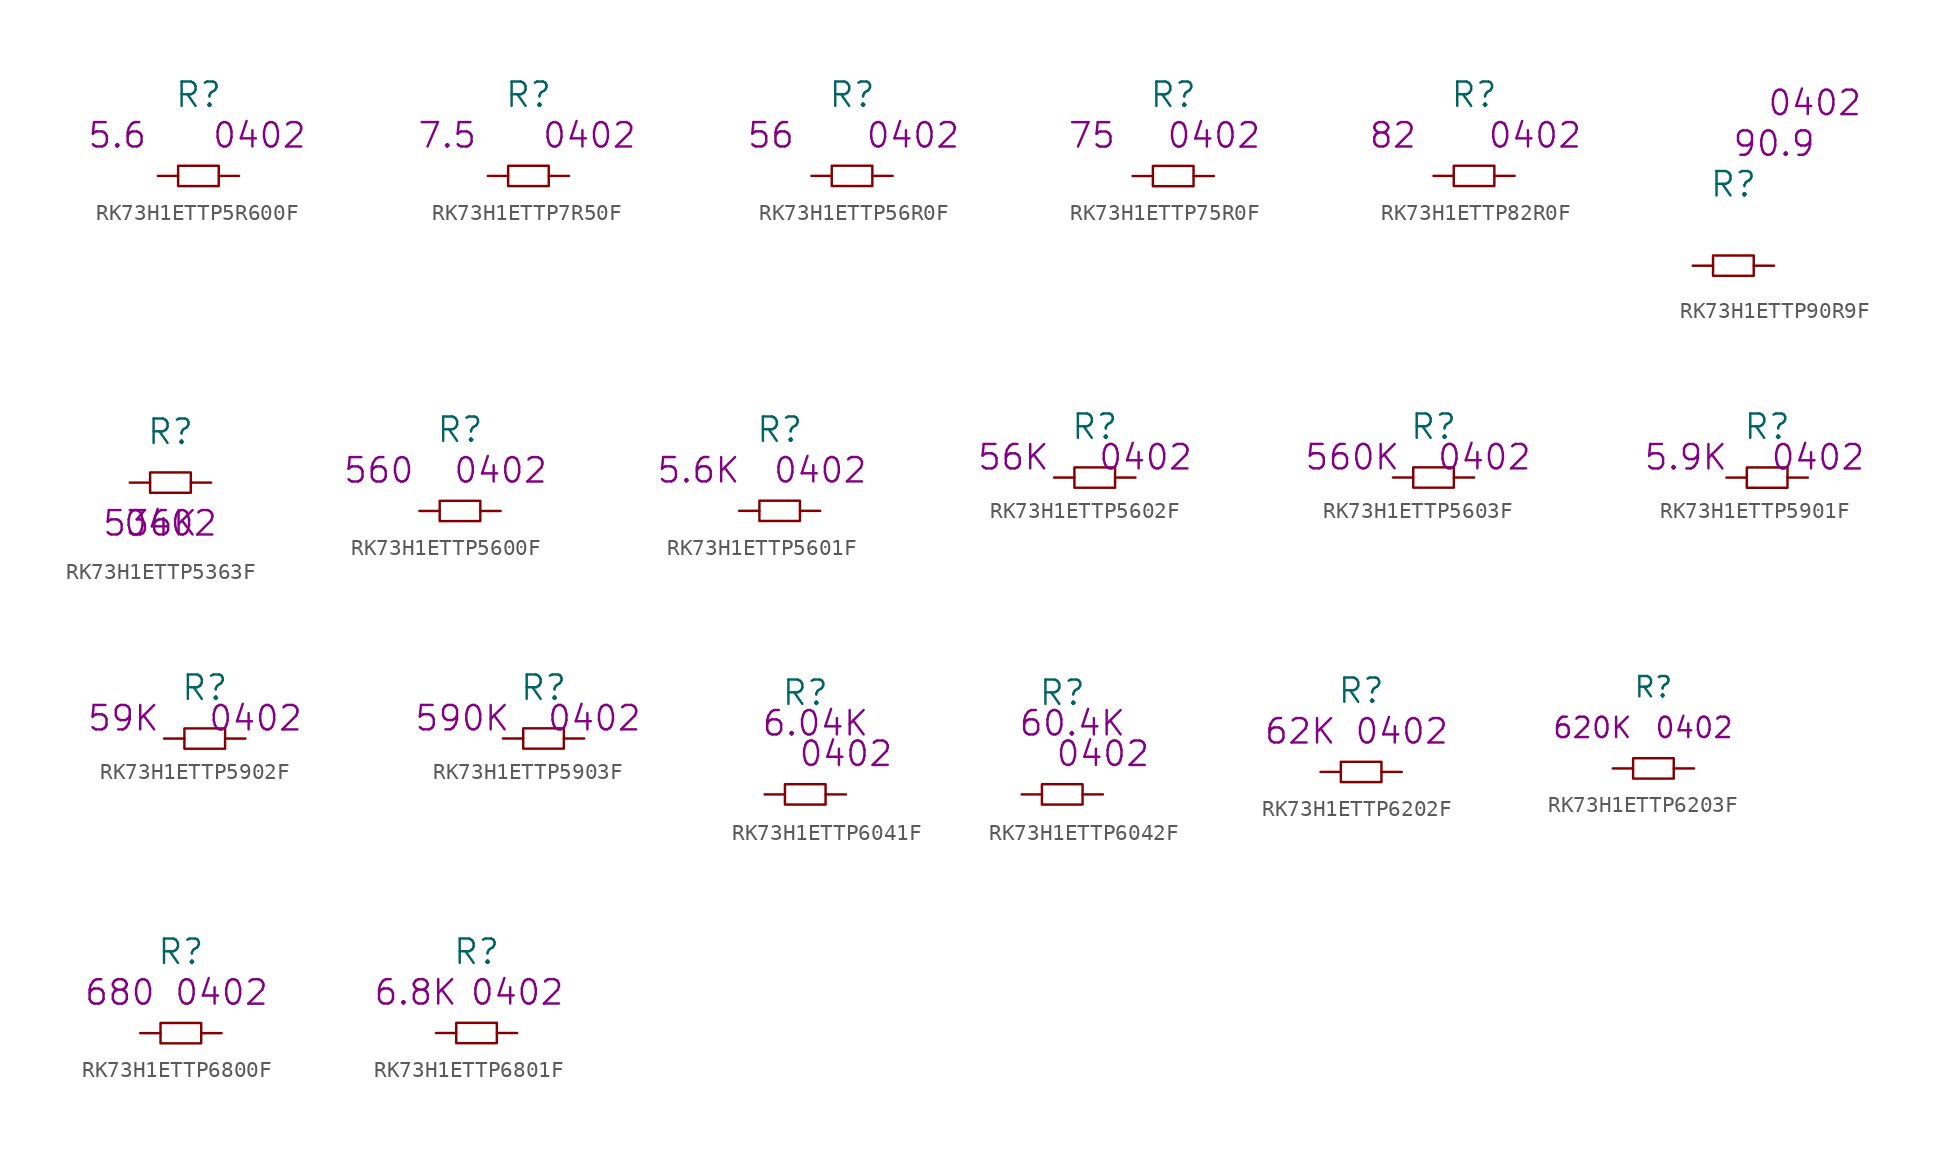
<source format=kicad_sym>
(kicad_symbol_lib
  (version 20220914)
  (generator kicad_symbol_editor)
  (symbol "RK73H1ETTP5R600F"
    (pin_numbers hide)
    (pin_names
      (offset 1.016) hide)
    (property "Reference" "R"
      (at 0 5.08 0)
      (effects (font (size 1.524 1.524))))
    (property "Value2" "5.6"
      (at -5.08 2.54 0)
      (effects (font (size 1.524 1.524))))
    (property "Size" "0402"
      (at 3.81 2.54 0)
      (effects (font (size 1.524 1.524))))
    (symbol "RK73H1ETTP5R600F_0_1"
      (rectangle (start -1.27 0.635) (end 1.27 -0.635) (stroke (width 0) (type solid)) (fill (type none))))
    (symbol "RK73H1ETTP5R600F_1_1"
      (pin passive line (at -2.54 0 0) (length 1.27) (name "1" (effects (font (size 1.27 1.27)))) (number "1" (effects (font (size 1.27 1.27)))))
      (pin passive line (at 2.54 0 180) (length 1.27) (name "2" (effects (font (size 1.27 1.27)))) (number "2" (effects (font (size 1.27 1.27)))))))
  (symbol "RK73H1ETTP7R50F"
    (pin_numbers hide)
    (pin_names
      (offset 1.016) hide)
    (property "Reference" "R"
      (at 0 5.08 0)
      (effects (font (size 1.524 1.524))))
    (property "Datasheet" ""
      (at 0 5.08 0)
      (effects (font (size 1.524 1.524))))
    (property "Value2" "7.5"
      (at -5.08 2.54 0)
      (effects (font (size 1.524 1.524))))
    (property "Size" "0402"
      (at 3.81 2.54 0)
      (effects (font (size 1.524 1.524))))
    (symbol "RK73H1ETTP7R50F_0_1"
      (rectangle (start -1.27 0.635) (end 1.27 -0.635) (stroke (width 0) (type solid)) (fill (type none))))
    (symbol "RK73H1ETTP7R50F_1_1"
      (pin passive line (at -2.54 0 0) (length 1.27) (name "1" (effects (font (size 1.27 1.27)))) (number "1" (effects (font (size 1.27 1.27)))))
      (pin passive line (at 2.54 0 180) (length 1.27) (name "2" (effects (font (size 1.27 1.27)))) (number "2" (effects (font (size 1.27 1.27)))))))
  (symbol "RK73H1ETTP56R0F"
    (pin_numbers hide)
    (pin_names
      (offset 1.016) hide)
    (property "Reference" "R"
      (at 0 5.08 0)
      (effects (font (size 1.524 1.524))))
    (property "Value2" "56"
      (at -5.08 2.54 0)
      (effects (font (size 1.524 1.524))))
    (property "Size" "0402"
      (at 3.81 2.54 0)
      (effects (font (size 1.524 1.524))))
    (symbol "RK73H1ETTP56R0F_0_1"
      (rectangle (start -1.27 0.635) (end 1.27 -0.635) (stroke (width 0) (type solid)) (fill (type none))))
    (symbol "RK73H1ETTP56R0F_1_1"
      (pin passive line (at -2.54 0 0) (length 1.27) (name "1" (effects (font (size 1.27 1.27)))) (number "1" (effects (font (size 1.27 1.27)))))
      (pin passive line (at 2.54 0 180) (length 1.27) (name "2" (effects (font (size 1.27 1.27)))) (number "2" (effects (font (size 1.27 1.27)))))))
  (symbol "RK73H1ETTP75R0F"
    (pin_numbers hide)
    (pin_names
      (offset 1.016) hide)
    (property "Reference" "R"
      (at 0 5.08 0)
      (effects (font (size 1.524 1.524))))
    (property "Datasheet" ""
      (at 0 5.08 0)
      (effects (font (size 1.524 1.524))))
    (property "Value2" "75"
      (at -5.08 2.54 0)
      (effects (font (size 1.524 1.524))))
    (property "Size" "0402"
      (at 2.54 2.54 0)
      (effects (font (size 1.524 1.524))))
    (symbol "RK73H1ETTP75R0F_0_1"
      (rectangle (start -1.27 0.635) (end 1.27 -0.635) (stroke (width 0) (type solid)) (fill (type none))))
    (symbol "RK73H1ETTP75R0F_1_1"
      (pin passive line (at -2.54 0 0) (length 1.27) (name "1" (effects (font (size 1.27 1.27)))) (number "1" (effects (font (size 1.27 1.27)))))
      (pin passive line (at 2.54 0 180) (length 1.27) (name "2" (effects (font (size 1.27 1.27)))) (number "2" (effects (font (size 1.27 1.27)))))))
  (symbol "RK73H1ETTP82R0F"
    (pin_numbers hide)
    (pin_names
      (offset 1.016) hide)
    (property "Reference" "R"
      (at 0 5.08 0)
      (effects (font (size 1.524 1.524))))
    (property "Value2" "82"
      (at -5.08 2.54 0)
      (effects (font (size 1.524 1.524))))
    (property "Size" "0402"
      (at 3.81 2.54 0)
      (effects (font (size 1.524 1.524))))
    (symbol "RK73H1ETTP82R0F_0_1"
      (rectangle (start -1.27 0.635) (end 1.27 -0.635) (stroke (width 0) (type solid)) (fill (type none))))
    (symbol "RK73H1ETTP82R0F_1_1"
      (pin passive line (at -2.54 0 0) (length 1.27) (name "1" (effects (font (size 1.27 1.27)))) (number "1" (effects (font (size 1.27 1.27)))))
      (pin passive line (at 2.54 0 180) (length 1.27) (name "2" (effects (font (size 1.27 1.27)))) (number "2" (effects (font (size 1.27 1.27)))))))
  (symbol "RK73H1ETTP90R9F"
    (pin_numbers hide)
    (pin_names
      (offset 1.016) hide)
    (property "Reference" "R"
      (at 0 5.08 0)
      (effects (font (size 1.524 1.524))))
    (property "Datasheet" ""
      (at 0 5.08 0)
      (effects (font (size 1.524 1.524))))
    (property "Value2" "90.9"
      (at 2.54 7.62 0)
      (effects (font (size 1.524 1.524))))
    (property "Size" "0402"
      (at 5.08 10.16 0)
      (effects (font (size 1.524 1.524))))
    (symbol "RK73H1ETTP90R9F_0_1"
      (rectangle (start -1.27 0.635) (end 1.27 -0.635) (stroke (width 0) (type solid)) (fill (type none))))
    (symbol "RK73H1ETTP90R9F_1_1"
      (pin passive line (at -2.54 0 0) (length 1.27) (name "1" (effects (font (size 1.27 1.27)))) (number "1" (effects (font (size 1.27 1.27)))))
      (pin passive line (at 2.54 0 180) (length 1.27) (name "2" (effects (font (size 1.27 1.27)))) (number "2" (effects (font (size 1.27 1.27)))))))
  (symbol "RK73H1ETTP5363F"
    (pin_numbers hide)
    (pin_names
      (offset 1.016) hide)
    (property "Reference" "R"
      (at 0 3.175 0)
      (effects (font (size 1.524 1.524))))
    (property "Value2" "536K"
      (at -1.27 -2.54 0)
      (effects (font (size 1.524 1.524))))
    (property "Size" "0402"
      (at 0 -2.54 0)
      (effects (font (size 1.524 1.524))))
    (symbol "RK73H1ETTP5363F_0_1"
      (rectangle (start -1.27 0.635) (end 1.27 -0.635) (stroke (width 0) (type solid)) (fill (type none))))
    (symbol "RK73H1ETTP5363F_1_1"
      (pin passive line (at -2.54 0 0) (length 1.27) (name "1" (effects (font (size 1.27 1.27)))) (number "1" (effects (font (size 1.27 1.27)))))
      (pin passive line (at 2.54 0 180) (length 1.27) (name "2" (effects (font (size 1.27 1.27)))) (number "2" (effects (font (size 1.27 1.27)))))))
  (symbol "RK73H1ETTP5600F"
    (pin_numbers hide)
    (pin_names
      (offset 1.016) hide)
    (property "Reference" "R"
      (at 0 5.08 0)
      (effects (font (size 1.524 1.524))))
    (property "Value2" "560"
      (at -5.08 2.54 0)
      (effects (font (size 1.524 1.524))))
    (property "Size" "0402"
      (at 2.54 2.54 0)
      (effects (font (size 1.524 1.524))))
    (symbol "RK73H1ETTP5600F_0_1"
      (rectangle (start -1.27 0.635) (end 1.27 -0.635) (stroke (width 0) (type solid)) (fill (type none))))
    (symbol "RK73H1ETTP5600F_1_1"
      (pin passive line (at -2.54 0 0) (length 1.27) (name "1" (effects (font (size 1.27 1.27)))) (number "1" (effects (font (size 1.27 1.27)))))
      (pin passive line (at 2.54 0 180) (length 1.27) (name "2" (effects (font (size 1.27 1.27)))) (number "2" (effects (font (size 1.27 1.27)))))))
  (symbol "RK73H1ETTP5601F"
    (pin_numbers hide)
    (pin_names
      (offset 1.016) hide)
    (property "Reference" "R"
      (at 0 5.08 0)
      (effects (font (size 1.524 1.524))))
    (property "Value2" "5.6K"
      (at -5.08 2.54 0)
      (effects (font (size 1.524 1.524))))
    (property "Size" "0402"
      (at 2.54 2.54 0)
      (effects (font (size 1.524 1.524))))
    (symbol "RK73H1ETTP5601F_0_1"
      (rectangle (start -1.27 0.635) (end 1.27 -0.635) (stroke (width 0) (type solid)) (fill (type none))))
    (symbol "RK73H1ETTP5601F_1_1"
      (pin passive line (at -2.54 0 0) (length 1.27) (name "1" (effects (font (size 1.27 1.27)))) (number "1" (effects (font (size 1.27 1.27)))))
      (pin passive line (at 2.54 0 180) (length 1.27) (name "2" (effects (font (size 1.27 1.27)))) (number "2" (effects (font (size 1.27 1.27)))))))
  (symbol "RK73H1ETTP5602F"
    (pin_numbers hide)
    (pin_names
      (offset 1.016) hide)
    (property "Reference" "R"
      (at 0 3.175 0)
      (effects (font (size 1.524 1.524))))
    (property "Value2" "56K"
      (at -5.08 1.27 0)
      (effects (font (size 1.524 1.524))))
    (property "Size" "0402"
      (at 3.175 1.27 0)
      (effects (font (size 1.524 1.524))))
    (symbol "RK73H1ETTP5602F_0_1"
      (rectangle (start -1.27 0.635) (end 1.27 -0.635) (stroke (width 0) (type solid)) (fill (type none))))
    (symbol "RK73H1ETTP5602F_1_1"
      (pin passive line (at -2.54 0 0) (length 1.27) (name "1" (effects (font (size 1.27 1.27)))) (number "1" (effects (font (size 1.27 1.27)))))
      (pin passive line (at 2.54 0 180) (length 1.27) (name "2" (effects (font (size 1.27 1.27)))) (number "2" (effects (font (size 1.27 1.27)))))))
  (symbol "RK73H1ETTP5603F"
    (pin_numbers hide)
    (pin_names
      (offset 1.016) hide)
    (property "Reference" "R"
      (at 0 3.175 0)
      (effects (font (size 1.524 1.524))))
    (property "Value2" "560K"
      (at -5.08 1.27 0)
      (effects (font (size 1.524 1.524))))
    (property "Size" "0402"
      (at 3.175 1.27 0)
      (effects (font (size 1.524 1.524))))
    (symbol "RK73H1ETTP5603F_0_1"
      (rectangle (start -1.27 0.635) (end 1.27 -0.635) (stroke (width 0) (type solid)) (fill (type none))))
    (symbol "RK73H1ETTP5603F_1_1"
      (pin input line (at -2.54 0 0) (length 1.27) (name "1" (effects (font (size 1.27 1.27)))) (number "1" (effects (font (size 1.27 1.27)))))
      (pin input line (at 2.54 0 180) (length 1.27) (name "2" (effects (font (size 1.27 1.27)))) (number "2" (effects (font (size 1.27 1.27)))))))
  (symbol "RK73H1ETTP5901F"
    (pin_numbers hide)
    (pin_names
      (offset 1.016) hide)
    (property "Reference" "R"
      (at 0 3.175 0)
      (effects (font (size 1.524 1.524))))
    (property "Value2" "5.9K"
      (at -5.08 1.27 0)
      (effects (font (size 1.524 1.524))))
    (property "Size" "0402"
      (at 3.175 1.27 0)
      (effects (font (size 1.524 1.524))))
    (symbol "RK73H1ETTP5901F_0_1"
      (rectangle (start -1.27 0.635) (end 1.27 -0.635) (stroke (width 0) (type solid)) (fill (type none))))
    (symbol "RK73H1ETTP5901F_1_1"
      (pin passive line (at -2.54 0 0) (length 1.27) (name "1" (effects (font (size 1.27 1.27)))) (number "1" (effects (font (size 1.27 1.27)))))
      (pin passive line (at 2.54 0 180) (length 1.27) (name "2" (effects (font (size 1.27 1.27)))) (number "2" (effects (font (size 1.27 1.27)))))))
  (symbol "RK73H1ETTP5902F"
    (pin_numbers hide)
    (pin_names
      (offset 1.016) hide)
    (property "Reference" "R"
      (at 0 3.175 0)
      (effects (font (size 1.524 1.524))))
    (property "Value2" "59K"
      (at -5.08 1.27 0)
      (effects (font (size 1.524 1.524))))
    (property "Size" "0402"
      (at 3.175 1.27 0)
      (effects (font (size 1.524 1.524))))
    (symbol "RK73H1ETTP5902F_0_1"
      (rectangle (start -1.27 0.635) (end 1.27 -0.635) (stroke (width 0) (type solid)) (fill (type none))))
    (symbol "RK73H1ETTP5902F_1_1"
      (pin passive line (at -2.54 0 0) (length 1.27) (name "1" (effects (font (size 1.27 1.27)))) (number "1" (effects (font (size 1.27 1.27)))))
      (pin passive line (at 2.54 0 180) (length 1.27) (name "2" (effects (font (size 1.27 1.27)))) (number "2" (effects (font (size 1.27 1.27)))))))
  (symbol "RK73H1ETTP5903F"
    (pin_numbers hide)
    (pin_names
      (offset 1.016) hide)
    (property "Reference" "R"
      (at 0 3.175 0)
      (effects (font (size 1.524 1.524))))
    (property "Value2" "590K"
      (at -5.08 1.27 0)
      (effects (font (size 1.524 1.524))))
    (property "Size" "0402"
      (at 3.175 1.27 0)
      (effects (font (size 1.524 1.524))))
    (symbol "RK73H1ETTP5903F_0_1"
      (rectangle (start -1.27 0.635) (end 1.27 -0.635) (stroke (width 0) (type solid)) (fill (type none))))
    (symbol "RK73H1ETTP5903F_1_1"
      (pin input line (at -2.54 0 0) (length 1.27) (name "1" (effects (font (size 1.27 1.27)))) (number "1" (effects (font (size 1.27 1.27)))))
      (pin input line (at 2.54 0 180) (length 1.27) (name "2" (effects (font (size 1.27 1.27)))) (number "2" (effects (font (size 1.27 1.27)))))))
  (symbol "RK73H1ETTP6041F"
    (pin_numbers hide)
    (pin_names
      (offset 1.016) hide)
    (property "Reference" "R"
      (at 0 6.35 0)
      (effects (font (size 1.524 1.524))))
    (property "Size" "0402"
      (at 2.54 2.54 0)
      (effects (font (size 1.524 1.524))))
    (property "Value2" "6.04K"
      (at 0.635 4.445 0)
      (effects (font (size 1.524 1.524))))
    (symbol "RK73H1ETTP6041F_0_1"
      (rectangle (start -1.27 0.635) (end 1.27 -0.635) (stroke (width 0) (type solid)) (fill (type none))))
    (symbol "RK73H1ETTP6041F_1_1"
      (pin passive line (at -2.54 0 0) (length 1.27) (name "1" (effects (font (size 1.27 1.27)))) (number "1" (effects (font (size 1.27 1.27)))))
      (pin passive line (at 2.54 0 180) (length 1.27) (name "2" (effects (font (size 1.27 1.27)))) (number "2" (effects (font (size 1.27 1.27)))))))
  (symbol "RK73H1ETTP6042F"
    (pin_numbers hide)
    (pin_names
      (offset 1.016) hide)
    (property "Reference" "R"
      (at 0 6.35 0)
      (effects (font (size 1.524 1.524))))
    (property "Size" "0402"
      (at 2.54 2.54 0)
      (effects (font (size 1.524 1.524))))
    (property "Value2" "60.4K"
      (at 0.635 4.445 0)
      (effects (font (size 1.524 1.524))))
    (symbol "RK73H1ETTP6042F_0_1"
      (rectangle (start -1.27 0.635) (end 1.27 -0.635) (stroke (width 0) (type solid)) (fill (type none))))
    (symbol "RK73H1ETTP6042F_1_1"
      (pin passive line (at -2.54 0 0) (length 1.27) (name "1" (effects (font (size 1.27 1.27)))) (number "1" (effects (font (size 1.27 1.27)))))
      (pin passive line (at 2.54 0 180) (length 1.27) (name "2" (effects (font (size 1.27 1.27)))) (number "2" (effects (font (size 1.27 1.27)))))))
  (symbol "RK73H1ETTP6202F"
    (pin_numbers hide)
    (pin_names
      (offset 1.016) hide)
    (property "Reference" "R"
      (at 0 5.08 0)
      (effects (font (size 1.524 1.524))))
    (property "Datasheet" ""
      (at 0 5.08 0)
      (effects (font (size 1.524 1.524))))
    (property "Size" "0402"
      (at 2.54 2.54 0)
      (effects (font (size 1.524 1.524))))
    (property "Value2" "62K"
      (at -3.81 2.54 0)
      (effects (font (size 1.524 1.524))))
    (symbol "RK73H1ETTP6202F_0_1"
      (rectangle (start -1.27 0.635) (end 1.27 -0.635) (stroke (width 0) (type solid)) (fill (type none))))
    (symbol "RK73H1ETTP6202F_1_1"
      (pin passive line (at -2.54 0 0) (length 1.27) (name "1" (effects (font (size 1.27 1.27)))) (number "1" (effects (font (size 1.27 1.27)))))
      (pin passive line (at 2.54 0 180) (length 1.27) (name "2" (effects (font (size 1.27 1.27)))) (number "2" (effects (font (size 1.27 1.27)))))))
  (symbol "RK73H1ETTP6203F"
    (pin_numbers hide)
    (pin_names
      (offset 1.016) hide)
    (property "Reference" "R"
      (at 0 5.08 0)
      (effects (font (size 1.27 1.27))))
    (property "Datasheet" ""
      (at 0 5.08 0)
      (effects (font (size 1.524 1.524))))
    (property "Size" "0402"
      (at 2.54 2.54 0)
      (effects (font (size 1.27 1.27))))
    (property "Value2" "620K"
      (at -3.81 2.54 0)
      (effects (font (size 1.27 1.27))))
    (symbol "RK73H1ETTP6203F_0_1"
      (rectangle (start -1.27 0.635) (end 1.27 -0.635) (stroke (width 0) (type solid)) (fill (type none))))
    (symbol "RK73H1ETTP6203F_1_1"
      (pin passive line (at -2.54 0 0) (length 1.27) (name "1" (effects (font (size 1.27 1.27)))) (number "1" (effects (font (size 1.27 1.27)))))
      (pin passive line (at 2.54 0 180) (length 1.27) (name "2" (effects (font (size 1.27 1.27)))) (number "2" (effects (font (size 1.27 1.27)))))))
  (symbol "RK73H1ETTP6800F"
    (pin_numbers hide)
    (pin_names
      (offset 1.016) hide)
    (property "Reference" "R"
      (at 0 5.08 0)
      (effects (font (size 1.524 1.524))))
    (property "Datasheet" ""
      (at 0 5.08 0)
      (effects (font (size 1.524 1.524))))
    (property "Size" "0402"
      (at 2.54 2.54 0)
      (effects (font (size 1.524 1.524))))
    (property "Value2" "680"
      (at -3.81 2.54 0)
      (effects (font (size 1.524 1.524))))
    (symbol "RK73H1ETTP6800F_0_1"
      (rectangle (start -1.27 0.635) (end 1.27 -0.635) (stroke (width 0) (type solid)) (fill (type none))))
    (symbol "RK73H1ETTP6800F_1_1"
      (pin passive line (at -2.54 0 0) (length 1.27) (name "1" (effects (font (size 1.27 1.27)))) (number "1" (effects (font (size 1.27 1.27)))))
      (pin passive line (at 2.54 0 180) (length 1.27) (name "2" (effects (font (size 1.27 1.27)))) (number "2" (effects (font (size 1.27 1.27)))))))
  (symbol "RK73H1ETTP6801F"
    (pin_numbers hide)
    (pin_names
      (offset 1.016) hide)
    (property "Reference" "R"
      (at 0 5.08 0)
      (effects (font (size 1.524 1.524))))
    (property "Datasheet" ""
      (at 0 5.08 0)
      (effects (font (size 1.524 1.524))))
    (property "Size" "0402"
      (at 2.54 2.54 0)
      (effects (font (size 1.524 1.524))))
    (property "Value2" "6.8K"
      (at -3.81 2.54 0)
      (effects (font (size 1.524 1.524))))
    (symbol "RK73H1ETTP6801F_0_1"
      (rectangle (start -1.27 0.635) (end 1.27 -0.635) (stroke (width 0) (type solid)) (fill (type none))))
    (symbol "RK73H1ETTP6801F_1_1"
      (pin passive line (at -2.54 0 0) (length 1.27) (name "1" (effects (font (size 1.27 1.27)))) (number "1" (effects (font (size 1.27 1.27)))))
      (pin passive line (at 2.54 0 180) (length 1.27) (name "2" (effects (font (size 1.27 1.27)))) (number "2" (effects (font (size 1.27 1.27))))))))
</source>
